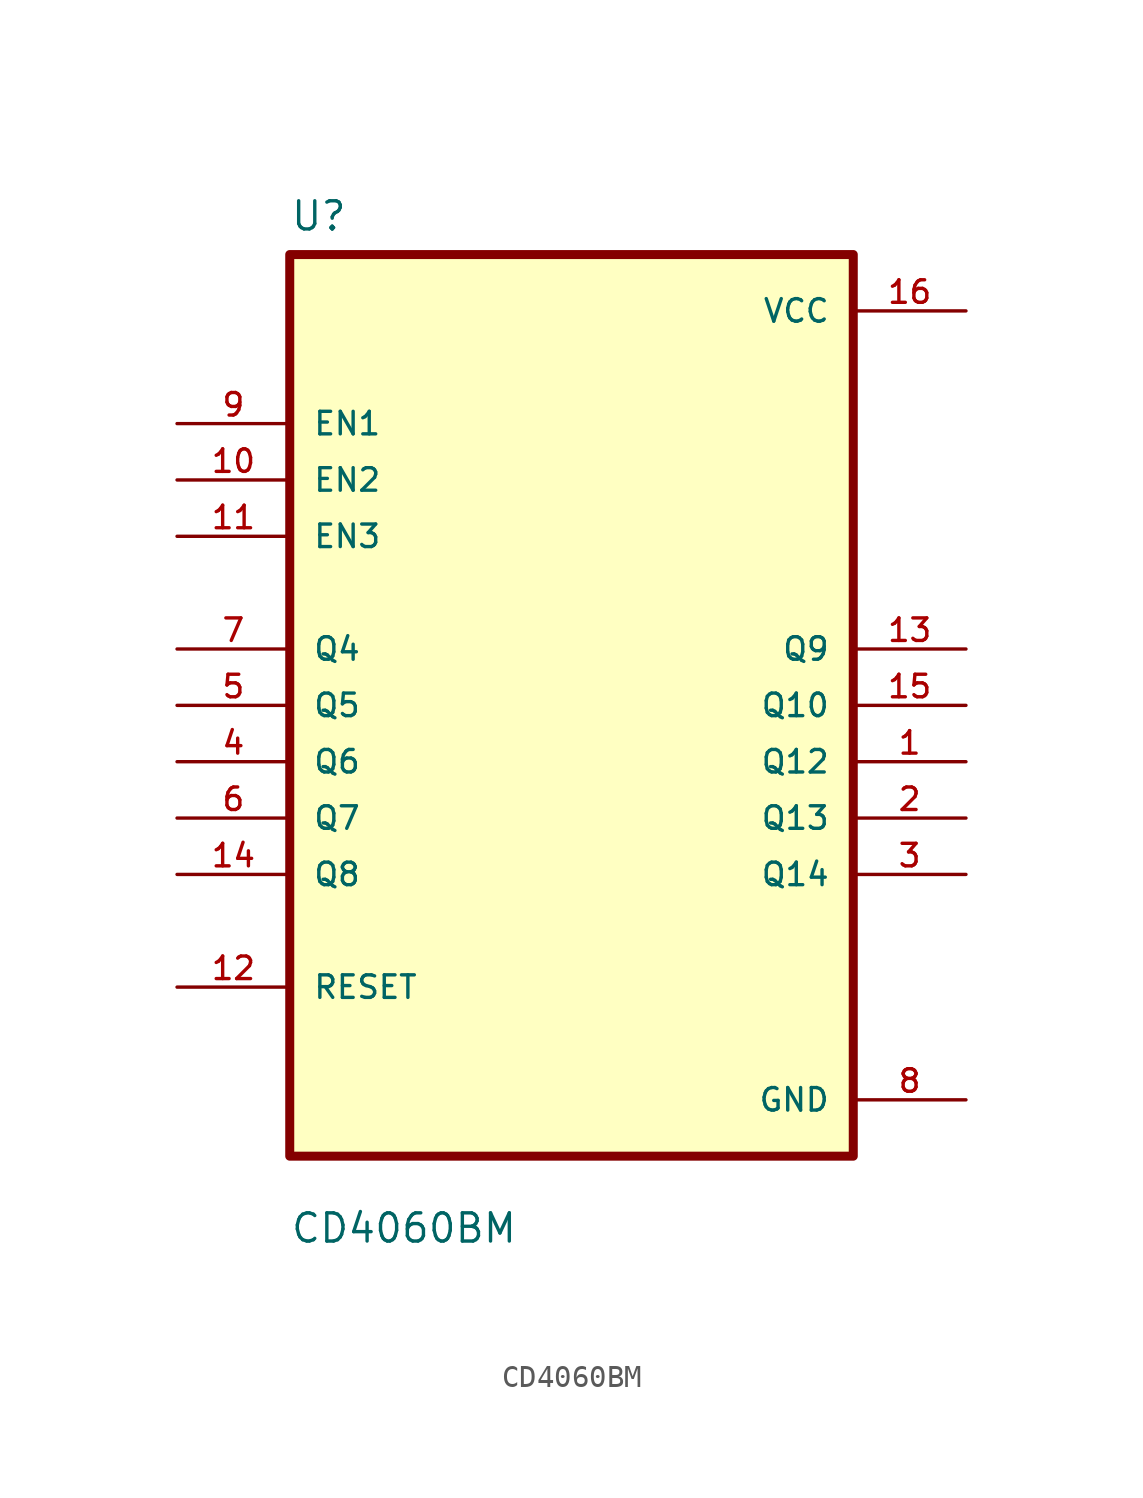
<source format=kicad_sym>
(kicad_symbol_lib
  (version 20211014)
  (generator kicad_symbol_editor)
  (symbol "CD4060BM"
    (pin_names
      (offset 1.016))
    (property "Reference" "U"
      (at -12.7 21.311 0)
      (effects (font (size 1.27 1.27)) (justify left bottom)))
    (property "Value" "CD4060BM"
      (at -12.7 -24.308 0)
      (effects (font (size 1.27 1.27)) (justify left bottom)))
    (property "ki_locked" ""
      (at 0 0 0)
      (effects (font (size 1.27 1.27))))
    (symbol "CD4060BM_0_0"
      (rectangle (start -12.7 -20.32) (end 12.7 20.32) (stroke (width 0.406) (type default) (color 0 0 0 0)) (fill (type background)))
      (pin bidirectional line (at 17.78 -2.54 180) (length 5.08) (name "Q12" (effects (font (size 1.016 1.016)))) (number "1" (effects (font (size 1.016 1.016)))))
      (pin bidirectional line (at -17.78 10.16 0) (length 5.08) (name "EN2" (effects (font (size 1.016 1.016)))) (number "10" (effects (font (size 1.016 1.016)))))
      (pin bidirectional line (at -17.78 7.62 0) (length 5.08) (name "EN3" (effects (font (size 1.016 1.016)))) (number "11" (effects (font (size 1.016 1.016)))))
      (pin bidirectional line (at -17.78 -12.7 0) (length 5.08) (name "RESET" (effects (font (size 1.016 1.016)))) (number "12" (effects (font (size 1.016 1.016)))))
      (pin bidirectional line (at 17.78 2.54 180) (length 5.08) (name "Q9" (effects (font (size 1.016 1.016)))) (number "13" (effects (font (size 1.016 1.016)))))
      (pin bidirectional line (at -17.78 -7.62 0) (length 5.08) (name "Q8" (effects (font (size 1.016 1.016)))) (number "14" (effects (font (size 1.016 1.016)))))
      (pin bidirectional line (at 17.78 0 180) (length 5.08) (name "Q10" (effects (font (size 1.016 1.016)))) (number "15" (effects (font (size 1.016 1.016)))))
      (pin power_in line (at 17.78 17.78 180) (length 5.08) (name "VCC" (effects (font (size 1.016 1.016)))) (number "16" (effects (font (size 1.016 1.016)))))
      (pin bidirectional line (at 17.78 -5.08 180) (length 5.08) (name "Q13" (effects (font (size 1.016 1.016)))) (number "2" (effects (font (size 1.016 1.016)))))
      (pin bidirectional line (at 17.78 -7.62 180) (length 5.08) (name "Q14" (effects (font (size 1.016 1.016)))) (number "3" (effects (font (size 1.016 1.016)))))
      (pin bidirectional line (at -17.78 -2.54 0) (length 5.08) (name "Q6" (effects (font (size 1.016 1.016)))) (number "4" (effects (font (size 1.016 1.016)))))
      (pin bidirectional line (at -17.78 0 0) (length 5.08) (name "Q5" (effects (font (size 1.016 1.016)))) (number "5" (effects (font (size 1.016 1.016)))))
      (pin bidirectional line (at -17.78 -5.08 0) (length 5.08) (name "Q7" (effects (font (size 1.016 1.016)))) (number "6" (effects (font (size 1.016 1.016)))))
      (pin bidirectional line (at -17.78 2.54 0) (length 5.08) (name "Q4" (effects (font (size 1.016 1.016)))) (number "7" (effects (font (size 1.016 1.016)))))
      (pin power_in line (at 17.78 -17.78 180) (length 5.08) (name "GND" (effects (font (size 1.016 1.016)))) (number "8" (effects (font (size 1.016 1.016)))))
      (pin bidirectional line (at -17.78 12.7 0) (length 5.08) (name "EN1" (effects (font (size 1.016 1.016)))) (number "9" (effects (font (size 1.016 1.016))))))))
</source>
